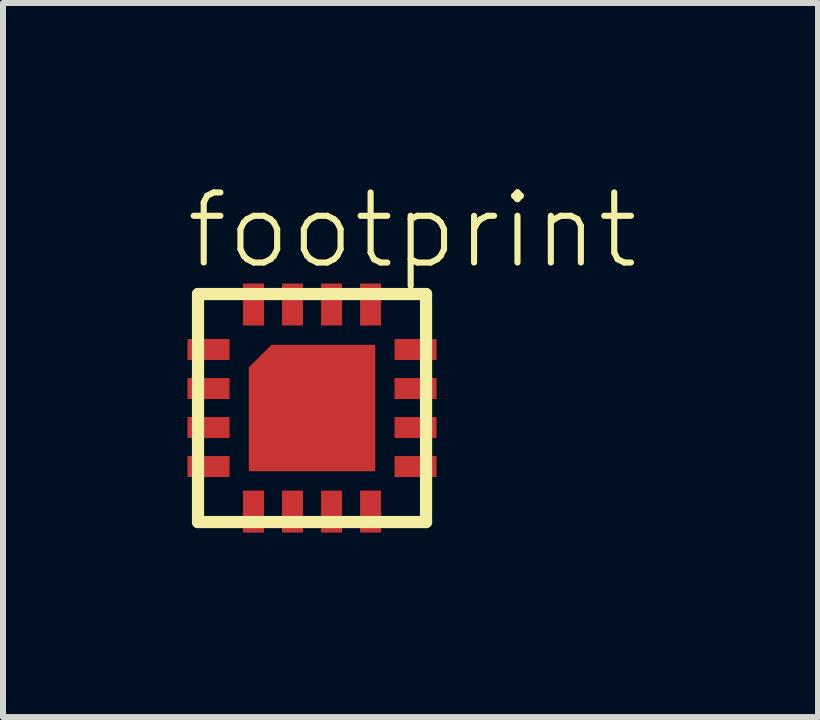
<source format=kicad_pcb>
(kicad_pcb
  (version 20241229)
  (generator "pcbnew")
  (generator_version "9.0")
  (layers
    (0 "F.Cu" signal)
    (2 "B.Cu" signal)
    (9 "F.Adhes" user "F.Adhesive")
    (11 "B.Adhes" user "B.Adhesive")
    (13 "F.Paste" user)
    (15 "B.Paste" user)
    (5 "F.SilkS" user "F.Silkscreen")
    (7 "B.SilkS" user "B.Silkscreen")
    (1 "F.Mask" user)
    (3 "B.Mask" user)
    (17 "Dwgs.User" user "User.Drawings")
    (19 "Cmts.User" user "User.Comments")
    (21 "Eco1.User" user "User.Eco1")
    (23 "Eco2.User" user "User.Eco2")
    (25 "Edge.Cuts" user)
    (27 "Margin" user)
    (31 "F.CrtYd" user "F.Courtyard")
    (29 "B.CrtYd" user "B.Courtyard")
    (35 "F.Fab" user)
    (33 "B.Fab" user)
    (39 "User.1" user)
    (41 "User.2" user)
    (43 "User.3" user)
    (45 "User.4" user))
  (footprint "footprint"
    (layer "F.Cu")
    (at 2.15 3.75)
    (property "Reference" "footprint" (at -2.15 -2.277 0) (layer "F.SilkS") (effects (font (size 1.168 1.168) (thickness 0.102)) (justify left bottom)))
    (fp_poly (pts (xy 1.054 1.054) (xy -1.054 1.054) (xy -1.054 -0.677) (xy -0.677 -1.054) (xy 1.054 -1.054)) (stroke (width 0) (type solid)) (fill yes) (layer "F.Cu"))
    (fp_poly (pts (xy -2.15 -0.775) (xy -1.3 -0.775) (xy -1.3 -1.175) (xy -2.15 -1.175)) (stroke (width 0) (type solid)) (fill yes) (layer "F.Mask"))
    (fp_poly (pts (xy -2.15 -0.125) (xy -1.3 -0.125) (xy -1.3 -0.525) (xy -2.15 -0.525)) (stroke (width 0) (type solid)) (fill yes) (layer "F.Mask"))
    (fp_poly (pts (xy -2.15 0.525) (xy -1.3 0.525) (xy -1.3 0.125) (xy -2.15 0.125)) (stroke (width 0) (type solid)) (fill yes) (layer "F.Mask"))
    (fp_poly (pts (xy -2.15 1.175) (xy -1.3 1.175) (xy -1.3 0.775) (xy -2.15 0.775)) (stroke (width 0) (type solid)) (fill yes) (layer "F.Mask"))
    (fp_poly (pts (xy -1.175 -2.15) (xy -1.175 -1.3) (xy -0.775 -1.3) (xy -0.775 -2.15)) (stroke (width 0) (type solid)) (fill yes) (layer "F.Mask"))
    (fp_poly (pts (xy -0.775 2.15) (xy -0.775 1.3) (xy -1.175 1.3) (xy -1.175 2.15)) (stroke (width 0) (type solid)) (fill yes) (layer "F.Mask"))
    (fp_poly (pts (xy -0.525 -2.15) (xy -0.525 -1.3) (xy -0.125 -1.3) (xy -0.125 -2.15)) (stroke (width 0) (type solid)) (fill yes) (layer "F.Mask"))
    (fp_poly (pts (xy -0.125 2.15) (xy -0.125 1.3) (xy -0.525 1.3) (xy -0.525 2.15)) (stroke (width 0) (type solid)) (fill yes) (layer "F.Mask"))
    (fp_poly (pts (xy 0.125 -2.15) (xy 0.125 -1.3) (xy 0.525 -1.3) (xy 0.525 -2.15)) (stroke (width 0) (type solid)) (fill yes) (layer "F.Mask"))
    (fp_poly (pts (xy 0.525 2.15) (xy 0.525 1.3) (xy 0.125 1.3) (xy 0.125 2.15)) (stroke (width 0) (type solid)) (fill yes) (layer "F.Mask"))
    (fp_poly (pts (xy 0.775 -2.15) (xy 0.775 -1.3) (xy 1.175 -1.3) (xy 1.175 -2.15)) (stroke (width 0) (type solid)) (fill yes) (layer "F.Mask"))
    (fp_poly (pts (xy 1.175 2.15) (xy 1.175 1.3) (xy 0.775 1.3) (xy 0.775 2.15)) (stroke (width 0) (type solid)) (fill yes) (layer "F.Mask"))
    (fp_poly (pts (xy 2.15 -1.175) (xy 1.3 -1.175) (xy 1.3 -0.775) (xy 2.15 -0.775)) (stroke (width 0) (type solid)) (fill yes) (layer "F.Mask"))
    (fp_poly (pts (xy 2.15 -0.525) (xy 1.3 -0.525) (xy 1.3 -0.125) (xy 2.15 -0.125)) (stroke (width 0) (type solid)) (fill yes) (layer "F.Mask"))
    (fp_poly (pts (xy 2.15 0.125) (xy 1.3 0.125) (xy 1.3 0.525) (xy 2.15 0.525)) (stroke (width 0) (type solid)) (fill yes) (layer "F.Mask"))
    (fp_poly (pts (xy 2.15 0.775) (xy 1.3 0.775) (xy 1.3 1.175) (xy 2.15 1.175)) (stroke (width 0) (type solid)) (fill yes) (layer "F.Mask"))
    (fp_poly (pts (xy 1.079 1.079) (xy -1.079 1.079) (xy -1.079 -0.688) (xy -0.688 -1.079) (xy 1.079 -1.079)) (stroke (width 0) (type solid)) (fill yes) (layer "F.Mask"))
    (fp_line (start -1.9 -1.9) (end -1.9 1.9) (stroke (width 0.203) (type solid)) (layer "F.SilkS"))
    (fp_line (start -1.9 1.9) (end 1.9 1.9) (stroke (width 0.203) (type solid)) (layer "F.SilkS"))
    (fp_line (start 1.9 -1.9) (end -1.9 -1.9) (stroke (width 0.203) (type solid)) (layer "F.SilkS"))
    (fp_line (start 1.9 1.9) (end 1.9 -1.9) (stroke (width 0.203) (type solid)) (layer "F.SilkS"))
    (fp_poly (pts (xy 1.028 1.028) (xy -1.028 1.028) (xy -1.028 -0.666) (xy -0.666 -1.028) (xy 1.028 -1.028)) (stroke (width 0) (type solid)) (fill yes) (layer "F.Paste"))
    (pad "1" smd rect (at -1.725 -0.975) (size 0.7 0.35) (layers "F.Cu" "F.Paste"))
    (pad "2" smd rect (at -1.725 -0.325) (size 0.7 0.35) (layers "F.Cu" "F.Paste"))
    (pad "3" smd rect (at -1.725 0.325) (size 0.7 0.35) (layers "F.Cu" "F.Paste"))
    (pad "4" smd rect (at -1.725 0.975) (size 0.7 0.35) (layers "F.Cu" "F.Paste"))
    (pad "5" smd rect (at -0.975 1.725 90) (size 0.7 0.35) (layers "F.Cu" "F.Paste"))
    (pad "6" smd rect (at -0.325 1.725 90) (size 0.7 0.35) (layers "F.Cu" "F.Paste"))
    (pad "7" smd rect (at 0.325 1.725 90) (size 0.7 0.35) (layers "F.Cu" "F.Paste"))
    (pad "8" smd rect (at 0.975 1.725 90) (size 0.7 0.35) (layers "F.Cu" "F.Paste"))
    (pad "9" smd rect (at 1.725 0.975 180) (size 0.7 0.35) (layers "F.Cu" "F.Paste"))
    (pad "10" smd rect (at 1.725 0.325 180) (size 0.7 0.35) (layers "F.Cu" "F.Paste"))
    (pad "11" smd rect (at 1.725 -0.325 180) (size 0.7 0.35) (layers "F.Cu" "F.Paste"))
    (pad "12" smd rect (at 1.725 -0.975 180) (size 0.7 0.35) (layers "F.Cu" "F.Paste"))
    (pad "13" smd rect (at 0.975 -1.725 270) (size 0.7 0.35) (layers "F.Cu" "F.Paste"))
    (pad "14" smd rect (at 0.325 -1.725 270) (size 0.7 0.35) (layers "F.Cu" "F.Paste"))
    (pad "15" smd rect (at -0.325 -1.725 270) (size 0.7 0.35) (layers "F.Cu" "F.Paste"))
    (pad "16" smd rect (at -0.975 -1.725 270) (size 0.7 0.35) (layers "F.Cu" "F.Paste"))
    (pad "TAB" smd rect (at 0 0) (size 1 1) (layers "F.Cu" "F.Paste")))
  (gr_rect
    (start -3 -3)
    (end 10.582 8.9)
    (stroke (width 0.1) (type default))
    (fill no)
    (layer "Edge.Cuts")))
</source>
